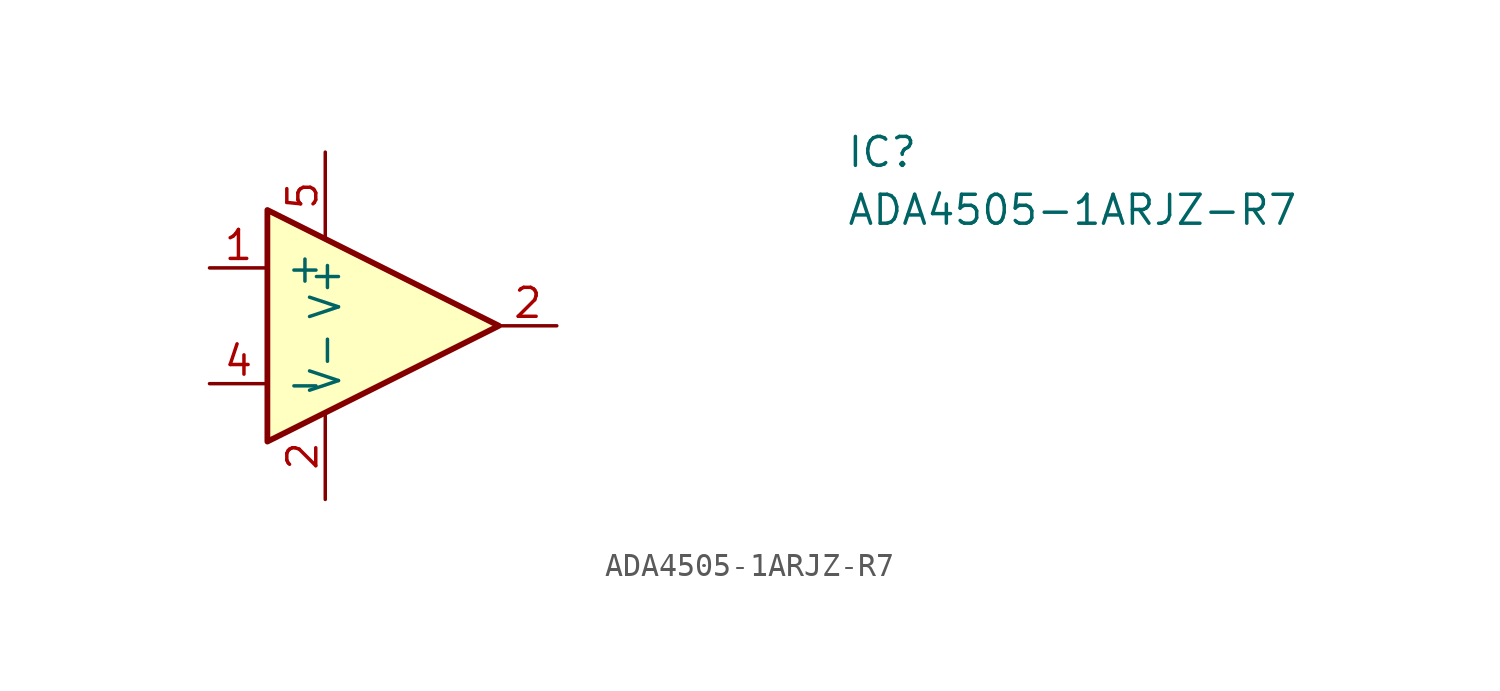
<source format=kicad_sym>
(kicad_symbol_lib
  (version 20211014)
  (generator kicad_symbol_editor)
  (symbol "ADA4505-1ARJZ-R7"
    (pin_names
      (offset 0.762))
    (property "Reference" "IC"
      (at 21.59 7.62 0)
      (effects (font (size 1.27 1.27)) (justify left)))
    (property "Value" "ADA4505-1ARJZ-R7"
      (at 21.59 5.08 0)
      (effects (font (size 1.27 1.27)) (justify left)))
    (symbol "ADA4505-1ARJZ-R7_0_1"
      (polyline (pts (xy -3.81 5.08) (xy 6.35 0) (xy -3.81 -5.08) (xy -3.81 5.08)) (stroke (width 0.254) (type default) (color 0 0 0 0)) (fill (type background))))
    (symbol "ADA4505-1ARJZ-R7_1_1"
      (pin input line (at -6.35 2.54 0) (length 2.54) (name "+" (effects (font (size 1.27 1.27)))) (number "1" (effects (font (size 1.27 1.27)))))
      (pin no_connect line (at -1.27 2.54 270) (length 2.54) hide (name "NC" (effects (font (size 1.27 1.27)))) (number "1" (effects (font (size 1.27 1.27)))))
      (pin power_in line (at -1.27 -7.62 90) (length 3.81) (name "V-" (effects (font (size 1.27 1.27)))) (number "2" (effects (font (size 1.27 1.27)))))
      (pin output line (at 8.89 0 180) (length 2.54) (name "~" (effects (font (size 1.27 1.27)))) (number "2" (effects (font (size 1.27 1.27)))))
      (pin input line (at -6.35 -2.54 0) (length 2.54) (name "-" (effects (font (size 1.27 1.27)))) (number "4" (effects (font (size 1.27 1.27)))))
      (pin no_connect line (at 1.27 2.54 270) (length 2.54) hide (name "NC" (effects (font (size 1.27 1.27)))) (number "5" (effects (font (size 1.27 1.27)))))
      (pin power_in line (at -1.27 7.62 270) (length 3.81) (name "V+" (effects (font (size 1.27 1.27)))) (number "5" (effects (font (size 1.27 1.27)))))
      (pin no_connect line (at 1.27 -2.54 90) (length 2.54) hide (name "NC" (effects (font (size 1.27 1.27)))) (number "8" (effects (font (size 1.27 1.27))))))))
</source>
